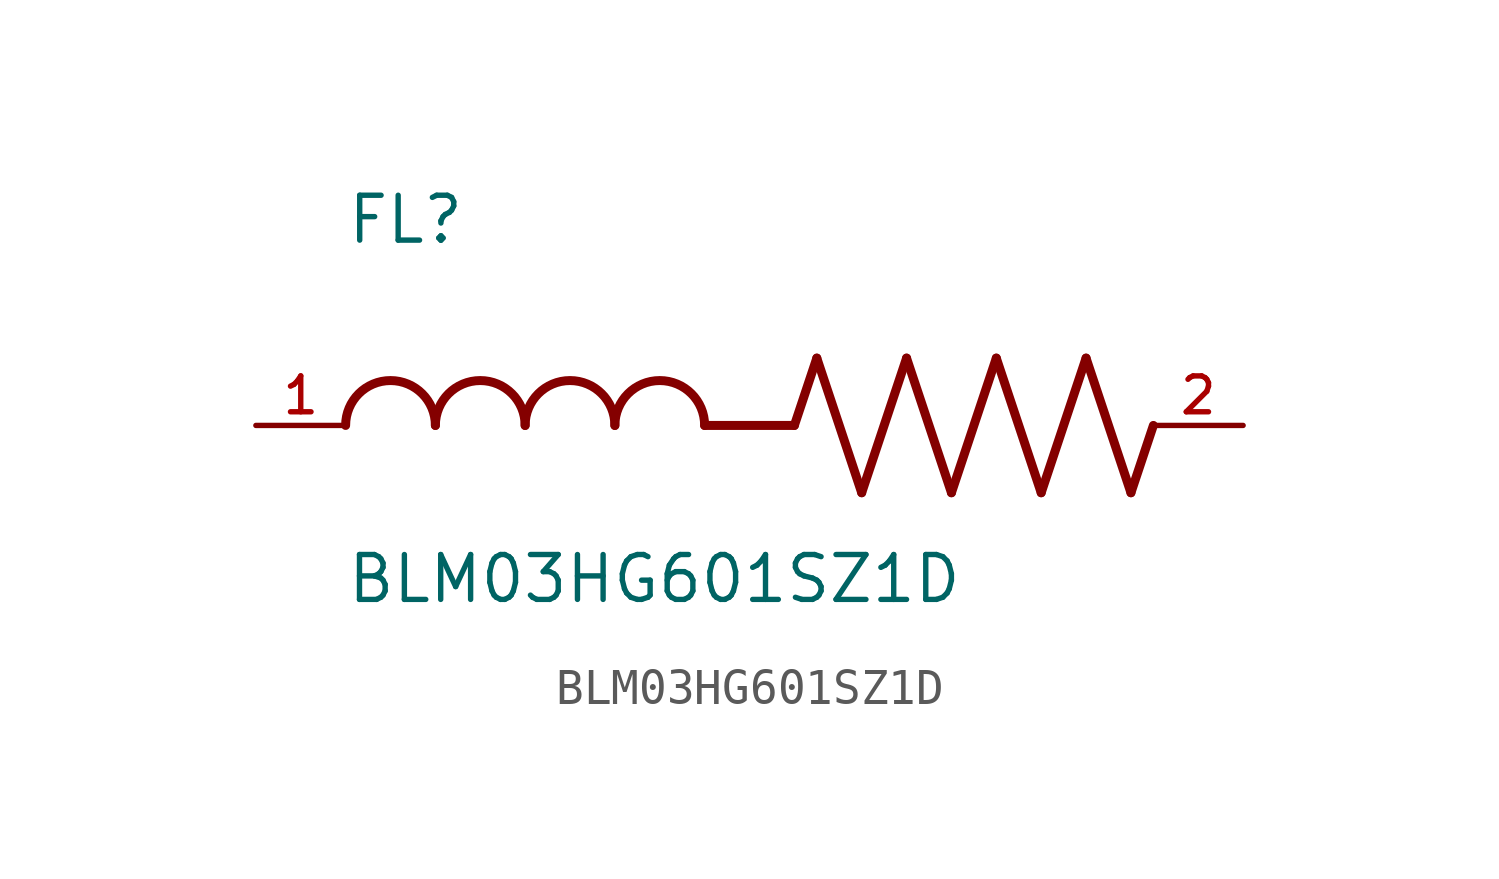
<source format=kicad_sym>
(kicad_symbol_lib
  (version 20211014)
  (generator kicad_symbol_editor)
  (symbol "BLM03HG601SZ1D"
    (pin_names
      (offset 1.016))
    (property "Reference" "FL"
      (at -12.704 5.081 0)
      (effects (font (size 1.27 1.27)) (justify bottom left)))
    (property "Value" "BLM03HG601SZ1D"
      (at -12.71 -5.087 0)
      (effects (font (size 1.27 1.27)) (justify bottom left)))
    (symbol "BLM03HG601SZ1D_0_0"
      (polyline (pts (xy 0.0 0.0) (xy 0.635 1.905)) (stroke (width 0.254)))
      (polyline (pts (xy 0.635 1.905) (xy 1.905 -1.905)) (stroke (width 0.254)))
      (polyline (pts (xy 1.905 -1.905) (xy 3.175 1.905)) (stroke (width 0.254)))
      (polyline (pts (xy 3.175 1.905) (xy 4.445 -1.905)) (stroke (width 0.254)))
      (polyline (pts (xy 4.445 -1.905) (xy 5.715 1.905)) (stroke (width 0.254)))
      (polyline (pts (xy 5.715 1.905) (xy 6.985 -1.905)) (stroke (width 0.254)))
      (polyline (pts (xy 6.985 -1.905) (xy 8.255 1.905)) (stroke (width 0.254)))
      (polyline (pts (xy 8.255 1.905) (xy 9.525 -1.905)) (stroke (width 0.254)))
      (polyline (pts (xy 9.525 -1.905) (xy 10.16 0.0)) (stroke (width 0.254)))
      (arc (start -10.16 0.0) (mid -11.43 1.27) (end -12.7 0.0) (stroke (width 0.254) (type default) (color 0 0 0 0)) (fill (type none)))
      (arc (start -7.62 0.0) (mid -8.89 1.27) (end -10.16 0.0) (stroke (width 0.254) (type default) (color 0 0 0 0)) (fill (type none)))
      (arc (start -5.08 0.0) (mid -6.35 1.27) (end -7.62 0.0) (stroke (width 0.254) (type default) (color 0 0 0 0)) (fill (type none)))
      (arc (start -2.54 0.0) (mid -3.81 1.27) (end -5.08 0.0) (stroke (width 0.254) (type default) (color 0 0 0 0)) (fill (type none)))
      (polyline (pts (xy 0.0 0.0) (xy -2.54 0.0)) (stroke (width 0.254)))
      (pin passive line (at 12.7 0.0 180.0) (length 2.54) (name "~" (effects (font (size 1.016 1.016)))) (number "2" (effects (font (size 1.016 1.016)))))
      (pin passive line (at -15.24 0.0 0) (length 2.54) (name "~" (effects (font (size 1.016 1.016)))) (number "1" (effects (font (size 1.016 1.016))))))))
</source>
